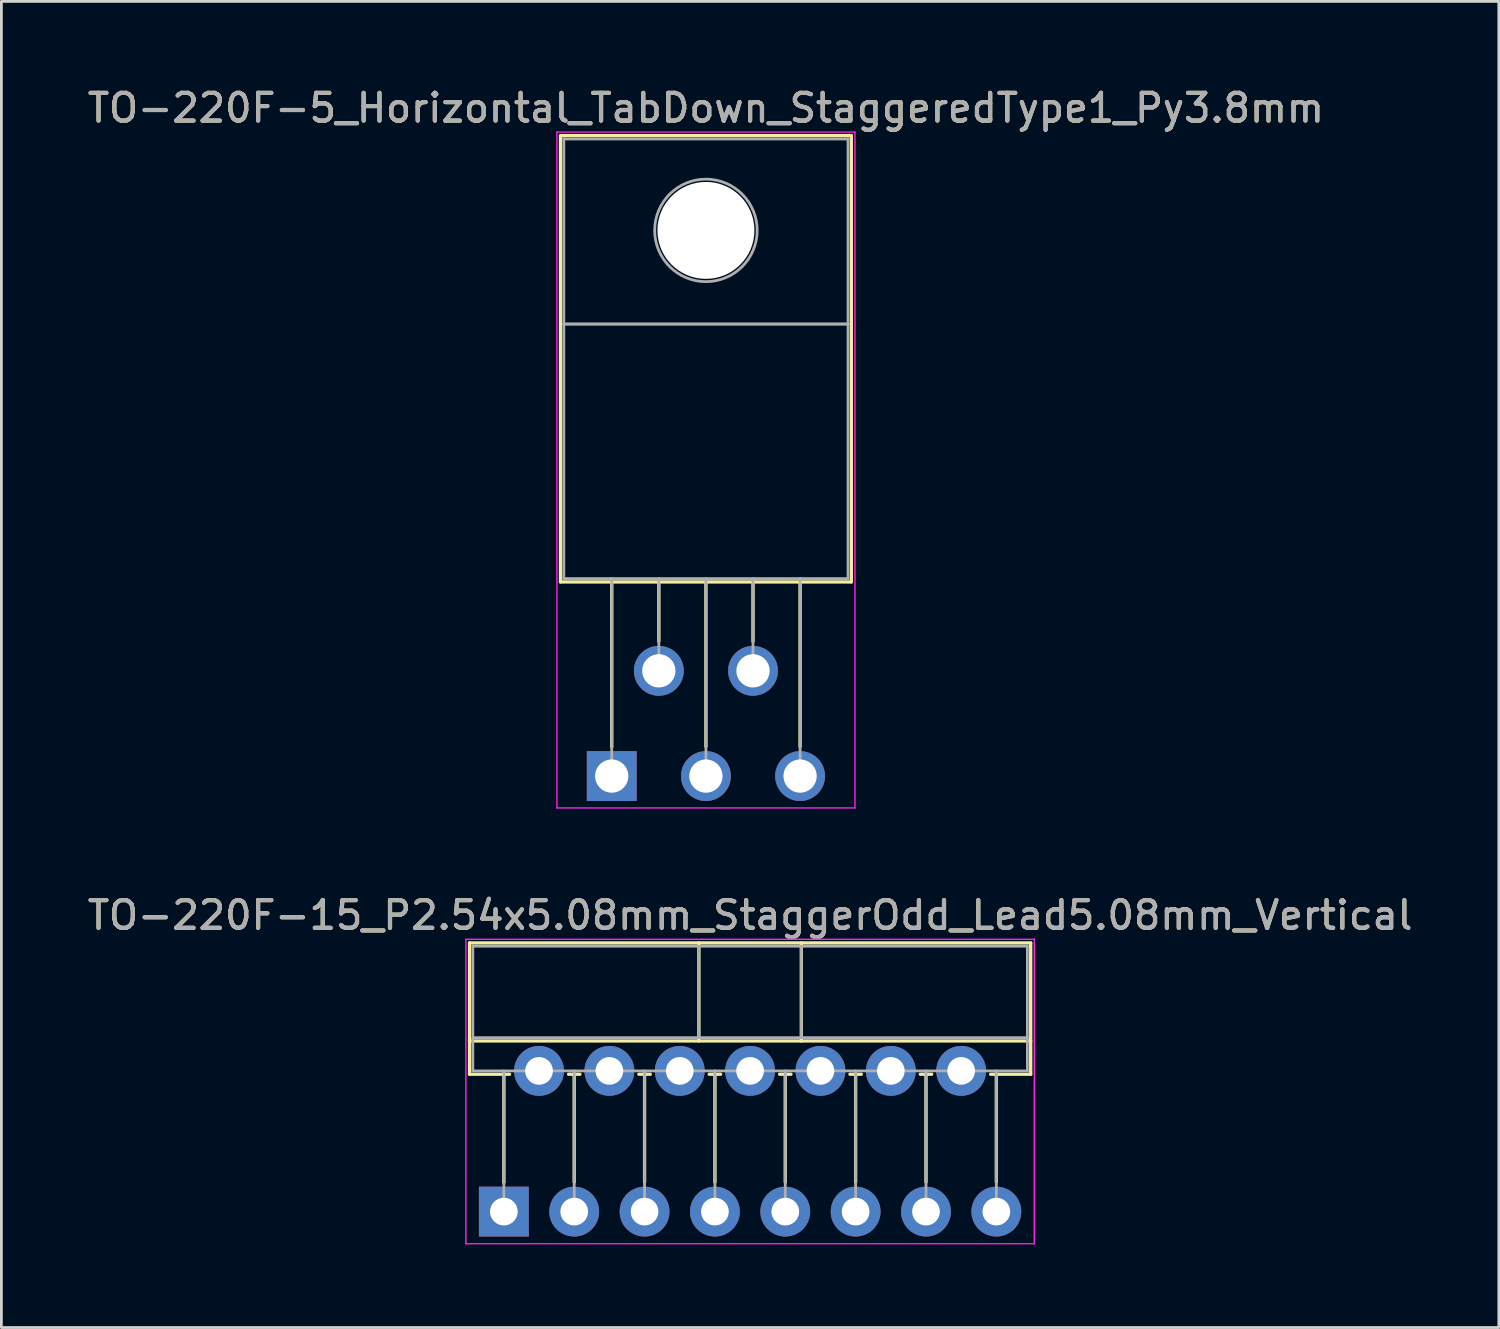
<source format=kicad_pcb>
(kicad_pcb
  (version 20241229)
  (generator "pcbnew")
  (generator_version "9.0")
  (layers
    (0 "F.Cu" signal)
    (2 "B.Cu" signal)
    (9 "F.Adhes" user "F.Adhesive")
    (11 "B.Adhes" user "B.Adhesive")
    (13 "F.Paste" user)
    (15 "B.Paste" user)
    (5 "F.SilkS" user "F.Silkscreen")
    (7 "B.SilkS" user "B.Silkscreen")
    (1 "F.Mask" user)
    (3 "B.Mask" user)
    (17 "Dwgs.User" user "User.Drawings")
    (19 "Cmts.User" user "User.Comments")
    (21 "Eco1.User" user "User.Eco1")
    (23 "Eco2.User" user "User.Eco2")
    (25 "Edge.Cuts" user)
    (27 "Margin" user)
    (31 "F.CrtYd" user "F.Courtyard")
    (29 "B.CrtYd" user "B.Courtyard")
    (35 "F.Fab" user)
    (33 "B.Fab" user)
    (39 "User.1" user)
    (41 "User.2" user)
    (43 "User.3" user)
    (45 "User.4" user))
  (footprint "TO-220F-15_P2.54x5.08mm_StaggerOdd_Lead5.08mm_Vertical"
    (layer "F.Cu")
    (at 15.14 40.691)
    (property "Reference" "TO-220F-15_P2.54x5.08mm_StaggerOdd_Lead5.08mm_Vertical" (at 8.89 -10.7 0) (layer "F.SilkS") (effects (font (size 1 1) (thickness 0.15))))
    (attr through_hole)
    (fp_line (start -1.24 -9.7) (end -1.24 -4.959) (stroke (width 0.12) (type solid)) (layer "F.SilkS"))
    (fp_line (start -1.24 -9.7) (end 19.02 -9.7) (stroke (width 0.12) (type solid)) (layer "F.SilkS"))
    (fp_line (start -1.24 -6.16) (end 19.02 -6.16) (stroke (width 0.12) (type solid)) (layer "F.SilkS"))
    (fp_line (start -1.24 -4.959) (end 0.205 -4.959) (stroke (width 0.12) (type solid)) (layer "F.SilkS"))
    (fp_line (start 0 -4.959) (end 0 -1.05) (stroke (width 0.12) (type solid)) (layer "F.SilkS"))
    (fp_line (start 2.336 -4.959) (end 2.745 -4.959) (stroke (width 0.12) (type solid)) (layer "F.SilkS"))
    (fp_line (start 2.54 -4.959) (end 2.54 -1.065) (stroke (width 0.12) (type solid)) (layer "F.SilkS"))
    (fp_line (start 4.875 -4.959) (end 5.285 -4.959) (stroke (width 0.12) (type solid)) (layer "F.SilkS"))
    (fp_line (start 5.08 -4.959) (end 5.08 -1.065) (stroke (width 0.12) (type solid)) (layer "F.SilkS"))
    (fp_line (start 7.041 -9.7) (end 7.041 -6.16) (stroke (width 0.12) (type solid)) (layer "F.SilkS"))
    (fp_line (start 7.415 -4.959) (end 7.825 -4.959) (stroke (width 0.12) (type solid)) (layer "F.SilkS"))
    (fp_line (start 7.62 -4.959) (end 7.62 -1.065) (stroke (width 0.12) (type solid)) (layer "F.SilkS"))
    (fp_line (start 9.955 -4.959) (end 10.365 -4.959) (stroke (width 0.12) (type solid)) (layer "F.SilkS"))
    (fp_line (start 10.16 -4.959) (end 10.16 -1.065) (stroke (width 0.12) (type solid)) (layer "F.SilkS"))
    (fp_line (start 10.74 -9.7) (end 10.74 -6.16) (stroke (width 0.12) (type solid)) (layer "F.SilkS"))
    (fp_line (start 12.495 -4.959) (end 12.905 -4.959) (stroke (width 0.12) (type solid)) (layer "F.SilkS"))
    (fp_line (start 12.7 -4.959) (end 12.7 -1.065) (stroke (width 0.12) (type solid)) (layer "F.SilkS"))
    (fp_line (start 15.035 -4.959) (end 15.445 -4.959) (stroke (width 0.12) (type solid)) (layer "F.SilkS"))
    (fp_line (start 15.24 -4.959) (end 15.24 -1.065) (stroke (width 0.12) (type solid)) (layer "F.SilkS"))
    (fp_line (start 17.575 -4.959) (end 19.02 -4.959) (stroke (width 0.12) (type solid)) (layer "F.SilkS"))
    (fp_line (start 17.78 -4.959) (end 17.78 -1.065) (stroke (width 0.12) (type solid)) (layer "F.SilkS"))
    (fp_line (start 19.02 -9.7) (end 19.02 -4.959) (stroke (width 0.12) (type solid)) (layer "F.SilkS"))
    (fp_line (start -1.37 -9.83) (end -1.37 1.16) (stroke (width 0.05) (type solid)) (layer "F.CrtYd"))
    (fp_line (start -1.37 1.16) (end 19.15 1.16) (stroke (width 0.05) (type solid)) (layer "F.CrtYd"))
    (fp_line (start 19.15 -9.83) (end -1.37 -9.83) (stroke (width 0.05) (type solid)) (layer "F.CrtYd"))
    (fp_line (start 19.15 1.16) (end 19.15 -9.83) (stroke (width 0.05) (type solid)) (layer "F.CrtYd"))
    (fp_line (start -1.12 -9.58) (end -1.12 -5.08) (stroke (width 0.1) (type solid)) (layer "F.Fab"))
    (fp_line (start -1.12 -6.28) (end 18.9 -6.28) (stroke (width 0.1) (type solid)) (layer "F.Fab"))
    (fp_line (start -1.12 -5.08) (end 18.9 -5.08) (stroke (width 0.1) (type solid)) (layer "F.Fab"))
    (fp_line (start 0 -5.08) (end 0 0) (stroke (width 0.1) (type solid)) (layer "F.Fab"))
    (fp_line (start 2.54 -5.08) (end 2.54 0) (stroke (width 0.1) (type solid)) (layer "F.Fab"))
    (fp_line (start 5.08 -5.08) (end 5.08 0) (stroke (width 0.1) (type solid)) (layer "F.Fab"))
    (fp_line (start 7.04 -9.58) (end 7.04 -6.28) (stroke (width 0.1) (type solid)) (layer "F.Fab"))
    (fp_line (start 7.62 -5.08) (end 7.62 0) (stroke (width 0.1) (type solid)) (layer "F.Fab"))
    (fp_line (start 10.16 -5.08) (end 10.16 0) (stroke (width 0.1) (type solid)) (layer "F.Fab"))
    (fp_line (start 10.74 -9.58) (end 10.74 -6.28) (stroke (width 0.1) (type solid)) (layer "F.Fab"))
    (fp_line (start 12.7 -5.08) (end 12.7 0) (stroke (width 0.1) (type solid)) (layer "F.Fab"))
    (fp_line (start 15.24 -5.08) (end 15.24 0) (stroke (width 0.1) (type solid)) (layer "F.Fab"))
    (fp_line (start 17.78 -5.08) (end 17.78 0) (stroke (width 0.1) (type solid)) (layer "F.Fab"))
    (fp_line (start 18.9 -9.58) (end -1.12 -9.58) (stroke (width 0.1) (type solid)) (layer "F.Fab"))
    (fp_line (start 18.9 -5.08) (end 18.9 -9.58) (stroke (width 0.1) (type solid)) (layer "F.Fab"))
    (fp_text user "${REFERENCE}" (at 8.89 -10.7 0) (layer "F.Fab") (effects (font (size 1 1) (thickness 0.15))))
    (pad "1" thru_hole rect (at 0 0) (size 1.8 1.8) (drill 1) (layers "*.Cu" "*.Mask"))
    (pad "2" thru_hole oval (at 1.27 -5.08) (size 1.8 1.8) (drill 1) (layers "*.Cu" "*.Mask"))
    (pad "3" thru_hole oval (at 2.54 0) (size 1.8 1.8) (drill 1) (layers "*.Cu" "*.Mask"))
    (pad "4" thru_hole oval (at 3.81 -5.08) (size 1.8 1.8) (drill 1) (layers "*.Cu" "*.Mask"))
    (pad "5" thru_hole oval (at 5.08 0) (size 1.8 1.8) (drill 1) (layers "*.Cu" "*.Mask"))
    (pad "6" thru_hole oval (at 6.35 -5.08) (size 1.8 1.8) (drill 1) (layers "*.Cu" "*.Mask"))
    (pad "7" thru_hole oval (at 7.62 0) (size 1.8 1.8) (drill 1) (layers "*.Cu" "*.Mask"))
    (pad "8" thru_hole oval (at 8.89 -5.08) (size 1.8 1.8) (drill 1) (layers "*.Cu" "*.Mask"))
    (pad "9" thru_hole oval (at 10.16 0) (size 1.8 1.8) (drill 1) (layers "*.Cu" "*.Mask"))
    (pad "10" thru_hole oval (at 11.43 -5.08) (size 1.8 1.8) (drill 1) (layers "*.Cu" "*.Mask"))
    (pad "11" thru_hole oval (at 12.7 0) (size 1.8 1.8) (drill 1) (layers "*.Cu" "*.Mask"))
    (pad "12" thru_hole oval (at 13.97 -5.08) (size 1.8 1.8) (drill 1) (layers "*.Cu" "*.Mask"))
    (pad "13" thru_hole oval (at 15.24 0) (size 1.8 1.8) (drill 1) (layers "*.Cu" "*.Mask"))
    (pad "14" thru_hole oval (at 16.51 -5.08) (size 1.8 1.8) (drill 1) (layers "*.Cu" "*.Mask"))
    (pad "15" thru_hole oval (at 17.78 0) (size 1.8 1.8) (drill 1) (layers "*.Cu" "*.Mask")))
  (footprint "TO-220F-5_Horizontal_TabDown_StaggeredType1_Py3.8mm"
    (layer "F.Cu")
    (at 19.035 24.968)
    (property "Reference" "TO-220F-5_Horizontal_TabDown_StaggeredType1_Py3.8mm" (at 3.4 -24.12 0) (layer "F.SilkS") (effects (font (size 1 1) (thickness 0.15))))
    (attr through_hole)
    (fp_line (start -1.85 -23.12) (end -1.85 -7.01) (stroke (width 0.12) (type solid)) (layer "F.SilkS"))
    (fp_line (start -1.85 -23.12) (end 8.65 -23.12) (stroke (width 0.12) (type solid)) (layer "F.SilkS"))
    (fp_line (start -1.85 -7.01) (end 8.65 -7.01) (stroke (width 0.12) (type solid)) (layer "F.SilkS"))
    (fp_line (start 0 -7.01) (end 0 -1.05) (stroke (width 0.12) (type solid)) (layer "F.SilkS"))
    (fp_line (start 1.7 -7.01) (end 1.7 -4.866) (stroke (width 0.12) (type solid)) (layer "F.SilkS"))
    (fp_line (start 3.4 -7.01) (end 3.4 -1.065) (stroke (width 0.12) (type solid)) (layer "F.SilkS"))
    (fp_line (start 5.1 -7.01) (end 5.1 -4.866) (stroke (width 0.12) (type solid)) (layer "F.SilkS"))
    (fp_line (start 6.8 -7.01) (end 6.8 -1.065) (stroke (width 0.12) (type solid)) (layer "F.SilkS"))
    (fp_line (start 8.65 -23.12) (end 8.65 -7.01) (stroke (width 0.12) (type solid)) (layer "F.SilkS"))
    (fp_line (start -1.98 -23.25) (end -1.98 1.15) (stroke (width 0.05) (type solid)) (layer "F.CrtYd"))
    (fp_line (start -1.98 1.15) (end 8.78 1.15) (stroke (width 0.05) (type solid)) (layer "F.CrtYd"))
    (fp_line (start 8.78 -23.25) (end -1.98 -23.25) (stroke (width 0.05) (type solid)) (layer "F.CrtYd"))
    (fp_line (start 8.78 1.15) (end 8.78 -23.25) (stroke (width 0.05) (type solid)) (layer "F.CrtYd"))
    (fp_line (start -1.73 -23) (end 8.53 -23) (stroke (width 0.1) (type solid)) (layer "F.Fab"))
    (fp_line (start -1.73 -16.32) (end -1.73 -23) (stroke (width 0.1) (type solid)) (layer "F.Fab"))
    (fp_line (start -1.73 -16.32) (end 8.53 -16.32) (stroke (width 0.1) (type solid)) (layer "F.Fab"))
    (fp_line (start -1.73 -7.13) (end -1.73 -16.32) (stroke (width 0.1) (type solid)) (layer "F.Fab"))
    (fp_line (start 0 -7.13) (end 0 0) (stroke (width 0.1) (type solid)) (layer "F.Fab"))
    (fp_line (start 1.7 -7.13) (end 1.7 -3.8) (stroke (width 0.1) (type solid)) (layer "F.Fab"))
    (fp_line (start 3.4 -7.13) (end 3.4 0) (stroke (width 0.1) (type solid)) (layer "F.Fab"))
    (fp_line (start 5.1 -7.13) (end 5.1 -3.8) (stroke (width 0.1) (type solid)) (layer "F.Fab"))
    (fp_line (start 6.8 -7.13) (end 6.8 0) (stroke (width 0.1) (type solid)) (layer "F.Fab"))
    (fp_line (start 8.53 -23) (end 8.53 -16.32) (stroke (width 0.1) (type solid)) (layer "F.Fab"))
    (fp_line (start 8.53 -16.32) (end -1.73 -16.32) (stroke (width 0.1) (type solid)) (layer "F.Fab"))
    (fp_line (start 8.53 -16.32) (end 8.53 -7.13) (stroke (width 0.1) (type solid)) (layer "F.Fab"))
    (fp_line (start 8.53 -7.13) (end -1.73 -7.13) (stroke (width 0.1) (type solid)) (layer "F.Fab"))
    (fp_circle (center 3.4 -19.7) (end 5.25 -19.7) (stroke (width 0.1) (type solid)) (fill no) (layer "F.Fab"))
    (fp_text user "${REFERENCE}" (at 3.4 -24.12 0) (layer "F.Fab") (effects (font (size 1 1) (thickness 0.15))))
    (pad "" np_thru_hole oval (at 3.4 -19.7) (size 3.5 3.5) (drill 3.5) (layers "*.Cu" "*.Mask"))
    (pad "1" thru_hole rect (at 0 0) (size 1.8 1.8) (drill 1.2) (layers "*.Cu" "*.Mask"))
    (pad "2" thru_hole oval (at 1.7 -3.8) (size 1.8 1.8) (drill 1.2) (layers "*.Cu" "*.Mask"))
    (pad "3" thru_hole oval (at 3.4 0) (size 1.8 1.8) (drill 1.2) (layers "*.Cu" "*.Mask"))
    (pad "4" thru_hole oval (at 5.1 -3.8) (size 1.8 1.8) (drill 1.2) (layers "*.Cu" "*.Mask"))
    (pad "5" thru_hole oval (at 6.8 0) (size 1.8 1.8) (drill 1.2) (layers "*.Cu" "*.Mask")))
  (gr_rect
    (start -3 -3)
    (end 51.06 44.877)
    (stroke (width 0.1) (type default))
    (fill no)
    (layer "Edge.Cuts")))
</source>
